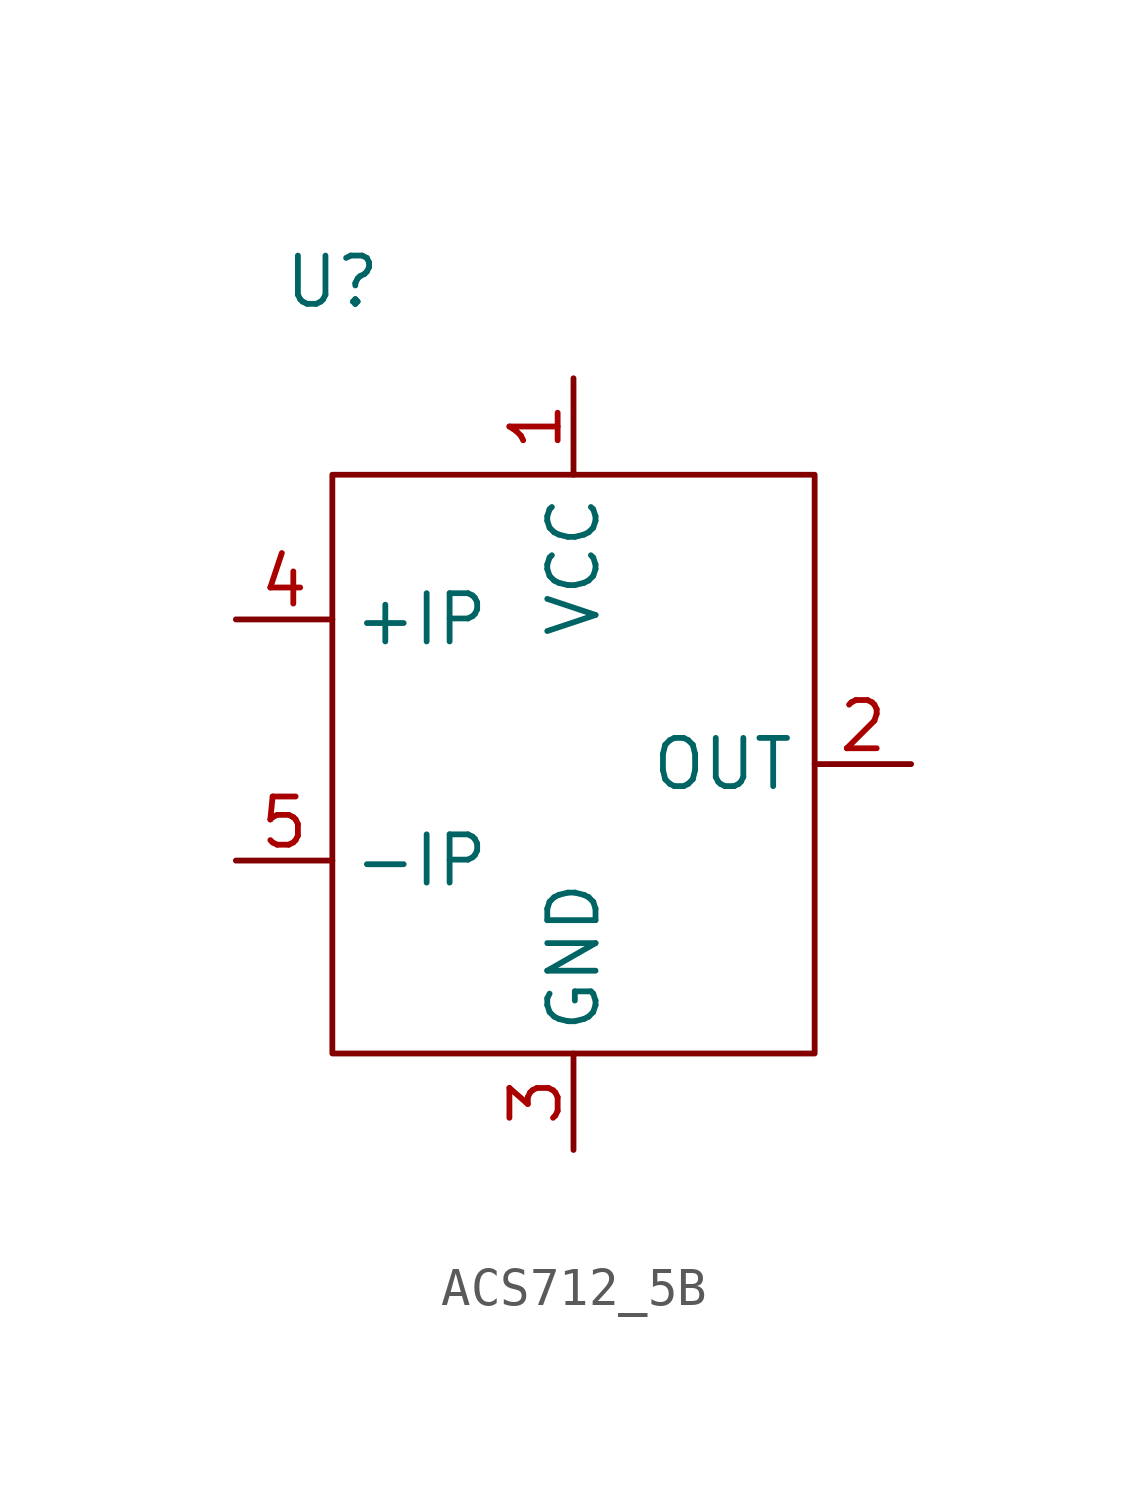
<source format=kicad_sym>
(kicad_symbol_lib
  (version 20220914)
  (generator kicad_symbol_editor)
  (symbol "ACS712_5B"
    (property "Reference" "U"
      (at 0 5.08 0)
      (effects (font (size 1.27 1.27))))
    (property "Value" ""
      (at 0 0 0)
      (effects (font (size 1.27 1.27))))
    (symbol "ACS712_5B_0_1"
      (rectangle (start 0 0) (end 12.7 -15.24) (stroke (width 0) (type default)) (fill (type none))))
    (symbol "ACS712_5B_1_1"
      (pin power_in line (at 6.35 2.54 270) (length 2.54) (name "VCC" (effects (font (size 1.27 1.27)))) (number "1" (effects (font (size 1.27 1.27)))))
      (pin output line (at 15.24 -7.62 180) (length 2.54) (name "OUT" (effects (font (size 1.27 1.27)))) (number "2" (effects (font (size 1.27 1.27)))))
      (pin power_in line (at 6.35 -17.78 90) (length 2.54) (name "GND" (effects (font (size 1.27 1.27)))) (number "3" (effects (font (size 1.27 1.27)))))
      (pin power_out line (at -2.54 -3.81 0) (length 2.54) (name "+IP" (effects (font (size 1.27 1.27)))) (number "4" (effects (font (size 1.27 1.27)))))
      (pin power_out line (at -2.54 -10.16 0) (length 2.54) (name "-IP" (effects (font (size 1.27 1.27)))) (number "5" (effects (font (size 1.27 1.27))))))))
</source>
